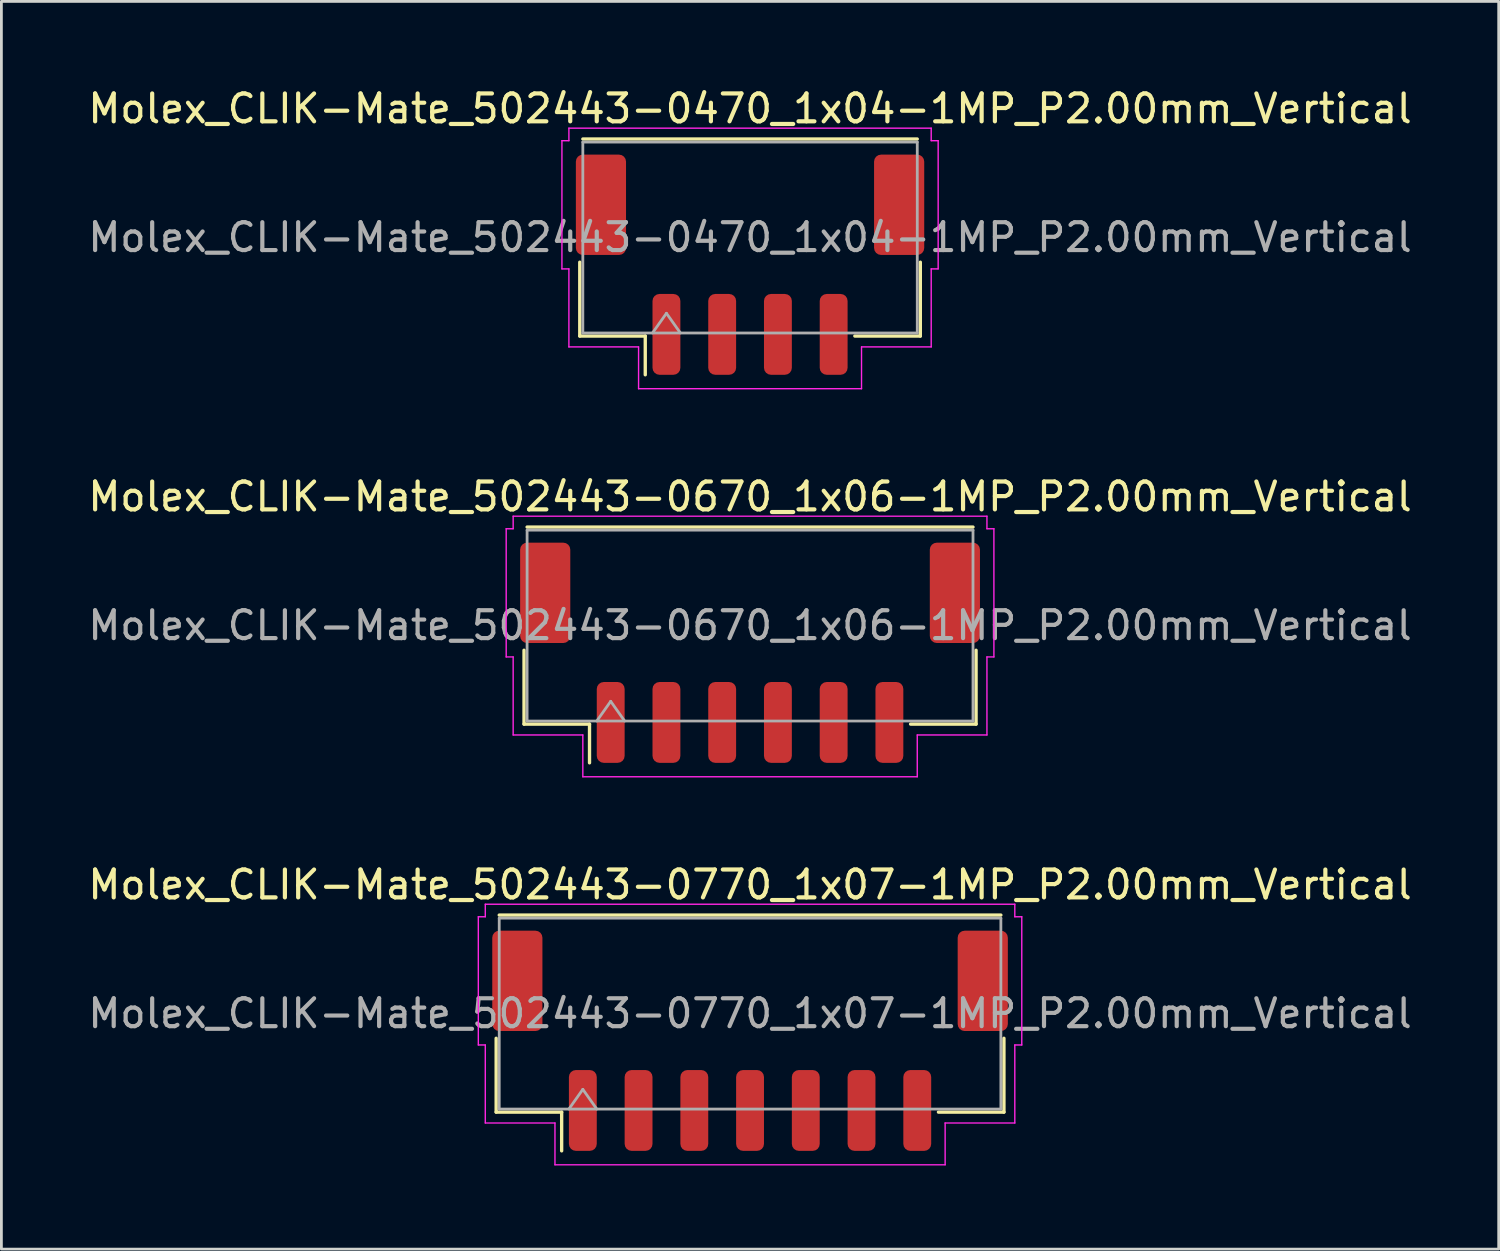
<source format=kicad_pcb>
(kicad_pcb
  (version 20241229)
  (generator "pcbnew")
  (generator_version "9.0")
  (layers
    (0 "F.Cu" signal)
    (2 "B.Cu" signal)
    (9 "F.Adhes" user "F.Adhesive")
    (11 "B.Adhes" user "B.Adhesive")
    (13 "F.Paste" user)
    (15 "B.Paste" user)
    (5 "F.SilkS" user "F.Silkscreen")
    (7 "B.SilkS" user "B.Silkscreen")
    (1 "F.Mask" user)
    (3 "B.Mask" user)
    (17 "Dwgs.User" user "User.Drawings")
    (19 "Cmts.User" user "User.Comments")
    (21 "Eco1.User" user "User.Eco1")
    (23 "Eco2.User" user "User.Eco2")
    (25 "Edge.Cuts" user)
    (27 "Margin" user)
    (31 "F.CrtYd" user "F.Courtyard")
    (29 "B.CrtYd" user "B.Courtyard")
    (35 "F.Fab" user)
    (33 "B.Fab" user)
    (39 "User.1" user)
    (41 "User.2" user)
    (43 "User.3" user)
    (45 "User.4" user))
  (footprint "Molex_CLIK-Mate_502443-0770_1x07-1MP_P2.00mm_Vertical"
    (layer "F.Cu")
    (at 23.863 34.295)
    (property "Reference" "Molex_CLIK-Mate_502443-0770_1x07-1MP_P2.00mm_Vertical" (at 0 -5.6 0) (layer "F.SilkS") (effects (font (size 1 1) (thickness 0.15))))
    (attr smd)
    (fp_line (start -9.11 -0.09) (end -9.11 2.56) (stroke (width 0.12) (type solid)) (layer "F.SilkS"))
    (fp_line (start -9.11 2.56) (end -6.76 2.56) (stroke (width 0.12) (type solid)) (layer "F.SilkS"))
    (fp_line (start -9 -4.51) (end 9 -4.51) (stroke (width 0.12) (type solid)) (layer "F.SilkS"))
    (fp_line (start -6.76 2.56) (end -6.76 3.95) (stroke (width 0.12) (type solid)) (layer "F.SilkS"))
    (fp_line (start 9.11 -0.09) (end 9.11 2.56) (stroke (width 0.12) (type solid)) (layer "F.SilkS"))
    (fp_line (start 9.11 2.56) (end 6.76 2.56) (stroke (width 0.12) (type solid)) (layer "F.SilkS"))
    (fp_line (start -9.75 -4.45) (end -9.5 -4.45) (stroke (width 0.05) (type solid)) (layer "F.CrtYd"))
    (fp_line (start -9.75 0.15) (end -9.75 -4.45) (stroke (width 0.05) (type solid)) (layer "F.CrtYd"))
    (fp_line (start -9.5 -4.9) (end 9.5 -4.9) (stroke (width 0.05) (type solid)) (layer "F.CrtYd"))
    (fp_line (start -9.5 -4.45) (end -9.5 -4.9) (stroke (width 0.05) (type solid)) (layer "F.CrtYd"))
    (fp_line (start -9.5 0.15) (end -9.75 0.15) (stroke (width 0.05) (type solid)) (layer "F.CrtYd"))
    (fp_line (start -9.5 2.95) (end -9.5 0.15) (stroke (width 0.05) (type solid)) (layer "F.CrtYd"))
    (fp_line (start -7 2.95) (end -9.5 2.95) (stroke (width 0.05) (type solid)) (layer "F.CrtYd"))
    (fp_line (start -7 4.45) (end -7 2.95) (stroke (width 0.05) (type solid)) (layer "F.CrtYd"))
    (fp_line (start 7 2.95) (end 7 4.45) (stroke (width 0.05) (type solid)) (layer "F.CrtYd"))
    (fp_line (start 7 4.45) (end -7 4.45) (stroke (width 0.05) (type solid)) (layer "F.CrtYd"))
    (fp_line (start 9.5 -4.9) (end 9.5 -4.45) (stroke (width 0.05) (type solid)) (layer "F.CrtYd"))
    (fp_line (start 9.5 -4.45) (end 9.75 -4.45) (stroke (width 0.05) (type solid)) (layer "F.CrtYd"))
    (fp_line (start 9.5 0.15) (end 9.5 2.95) (stroke (width 0.05) (type solid)) (layer "F.CrtYd"))
    (fp_line (start 9.5 2.95) (end 7 2.95) (stroke (width 0.05) (type solid)) (layer "F.CrtYd"))
    (fp_line (start 9.75 -4.45) (end 9.75 0.15) (stroke (width 0.05) (type solid)) (layer "F.CrtYd"))
    (fp_line (start 9.75 0.15) (end 9.5 0.15) (stroke (width 0.05) (type solid)) (layer "F.CrtYd"))
    (fp_line (start -9 -4.4) (end 9 -4.4) (stroke (width 0.1) (type solid)) (layer "F.Fab"))
    (fp_line (start -9 2.45) (end -9 -4.4) (stroke (width 0.1) (type solid)) (layer "F.Fab"))
    (fp_line (start -9 2.45) (end 9 2.45) (stroke (width 0.1) (type solid)) (layer "F.Fab"))
    (fp_line (start -6.5 2.45) (end -6 1.743) (stroke (width 0.1) (type solid)) (layer "F.Fab"))
    (fp_line (start -6 1.743) (end -5.5 2.45) (stroke (width 0.1) (type solid)) (layer "F.Fab"))
    (fp_line (start 9 2.45) (end 9 -4.4) (stroke (width 0.1) (type solid)) (layer "F.Fab"))
    (fp_text user "${REFERENCE}" (at 0 -0.98 0) (layer "F.Fab") (effects (font (size 1 1) (thickness 0.15))))
    (pad "1" smd roundrect (at -6 2.5) (size 1 2.9) (layers "F.Cu" "F.Mask" "F.Paste") (roundrect_rratio 0.25))
    (pad "2" smd roundrect (at -4 2.5) (size 1 2.9) (layers "F.Cu" "F.Mask" "F.Paste") (roundrect_rratio 0.25))
    (pad "3" smd roundrect (at -2 2.5) (size 1 2.9) (layers "F.Cu" "F.Mask" "F.Paste") (roundrect_rratio 0.25))
    (pad "4" smd roundrect (at 0 2.5) (size 1 2.9) (layers "F.Cu" "F.Mask" "F.Paste") (roundrect_rratio 0.25))
    (pad "5" smd roundrect (at 2 2.5) (size 1 2.9) (layers "F.Cu" "F.Mask" "F.Paste") (roundrect_rratio 0.25))
    (pad "6" smd roundrect (at 4 2.5) (size 1 2.9) (layers "F.Cu" "F.Mask" "F.Paste") (roundrect_rratio 0.25))
    (pad "7" smd roundrect (at 6 2.5) (size 1 2.9) (layers "F.Cu" "F.Mask" "F.Paste") (roundrect_rratio 0.25))
    (pad "MP" smd roundrect (at -8.35 -2.15) (size 1.8 3.6) (layers "F.Cu" "F.Mask" "F.Paste") (roundrect_rratio 0.139))
    (pad "MP" smd roundrect (at 8.35 -2.15) (size 1.8 3.6) (layers "F.Cu" "F.Mask" "F.Paste") (roundrect_rratio 0.139)))
  (footprint "Molex_CLIK-Mate_502443-0470_1x04-1MP_P2.00mm_Vertical"
    (layer "F.Cu")
    (at 23.863 6.448)
    (property "Reference" "Molex_CLIK-Mate_502443-0470_1x04-1MP_P2.00mm_Vertical" (at 0 -5.6 0) (layer "F.SilkS") (effects (font (size 1 1) (thickness 0.15))))
    (attr smd)
    (fp_line (start -6.11 -0.09) (end -6.11 2.56) (stroke (width 0.12) (type solid)) (layer "F.SilkS"))
    (fp_line (start -6.11 2.56) (end -3.76 2.56) (stroke (width 0.12) (type solid)) (layer "F.SilkS"))
    (fp_line (start -6 -4.51) (end 6 -4.51) (stroke (width 0.12) (type solid)) (layer "F.SilkS"))
    (fp_line (start -3.76 2.56) (end -3.76 3.95) (stroke (width 0.12) (type solid)) (layer "F.SilkS"))
    (fp_line (start 6.11 -0.09) (end 6.11 2.56) (stroke (width 0.12) (type solid)) (layer "F.SilkS"))
    (fp_line (start 6.11 2.56) (end 3.76 2.56) (stroke (width 0.12) (type solid)) (layer "F.SilkS"))
    (fp_line (start -6.75 -4.45) (end -6.5 -4.45) (stroke (width 0.05) (type solid)) (layer "F.CrtYd"))
    (fp_line (start -6.75 0.15) (end -6.75 -4.45) (stroke (width 0.05) (type solid)) (layer "F.CrtYd"))
    (fp_line (start -6.5 -4.9) (end 6.5 -4.9) (stroke (width 0.05) (type solid)) (layer "F.CrtYd"))
    (fp_line (start -6.5 -4.45) (end -6.5 -4.9) (stroke (width 0.05) (type solid)) (layer "F.CrtYd"))
    (fp_line (start -6.5 0.15) (end -6.75 0.15) (stroke (width 0.05) (type solid)) (layer "F.CrtYd"))
    (fp_line (start -6.5 2.95) (end -6.5 0.15) (stroke (width 0.05) (type solid)) (layer "F.CrtYd"))
    (fp_line (start -4 2.95) (end -6.5 2.95) (stroke (width 0.05) (type solid)) (layer "F.CrtYd"))
    (fp_line (start -4 4.45) (end -4 2.95) (stroke (width 0.05) (type solid)) (layer "F.CrtYd"))
    (fp_line (start 4 2.95) (end 4 4.45) (stroke (width 0.05) (type solid)) (layer "F.CrtYd"))
    (fp_line (start 4 4.45) (end -4 4.45) (stroke (width 0.05) (type solid)) (layer "F.CrtYd"))
    (fp_line (start 6.5 -4.9) (end 6.5 -4.45) (stroke (width 0.05) (type solid)) (layer "F.CrtYd"))
    (fp_line (start 6.5 -4.45) (end 6.75 -4.45) (stroke (width 0.05) (type solid)) (layer "F.CrtYd"))
    (fp_line (start 6.5 0.15) (end 6.5 2.95) (stroke (width 0.05) (type solid)) (layer "F.CrtYd"))
    (fp_line (start 6.5 2.95) (end 4 2.95) (stroke (width 0.05) (type solid)) (layer "F.CrtYd"))
    (fp_line (start 6.75 -4.45) (end 6.75 0.15) (stroke (width 0.05) (type solid)) (layer "F.CrtYd"))
    (fp_line (start 6.75 0.15) (end 6.5 0.15) (stroke (width 0.05) (type solid)) (layer "F.CrtYd"))
    (fp_line (start -6 -4.4) (end 6 -4.4) (stroke (width 0.1) (type solid)) (layer "F.Fab"))
    (fp_line (start -6 2.45) (end -6 -4.4) (stroke (width 0.1) (type solid)) (layer "F.Fab"))
    (fp_line (start -6 2.45) (end 6 2.45) (stroke (width 0.1) (type solid)) (layer "F.Fab"))
    (fp_line (start -3.5 2.45) (end -3 1.743) (stroke (width 0.1) (type solid)) (layer "F.Fab"))
    (fp_line (start -3 1.743) (end -2.5 2.45) (stroke (width 0.1) (type solid)) (layer "F.Fab"))
    (fp_line (start 6 2.45) (end 6 -4.4) (stroke (width 0.1) (type solid)) (layer "F.Fab"))
    (fp_text user "${REFERENCE}" (at 0 -0.98 0) (layer "F.Fab") (effects (font (size 1 1) (thickness 0.15))))
    (pad "1" smd roundrect (at -3 2.5) (size 1 2.9) (layers "F.Cu" "F.Mask" "F.Paste") (roundrect_rratio 0.25))
    (pad "2" smd roundrect (at -1 2.5) (size 1 2.9) (layers "F.Cu" "F.Mask" "F.Paste") (roundrect_rratio 0.25))
    (pad "3" smd roundrect (at 1 2.5) (size 1 2.9) (layers "F.Cu" "F.Mask" "F.Paste") (roundrect_rratio 0.25))
    (pad "4" smd roundrect (at 3 2.5) (size 1 2.9) (layers "F.Cu" "F.Mask" "F.Paste") (roundrect_rratio 0.25))
    (pad "MP" smd roundrect (at -5.35 -2.15) (size 1.8 3.6) (layers "F.Cu" "F.Mask" "F.Paste") (roundrect_rratio 0.139))
    (pad "MP" smd roundrect (at 5.35 -2.15) (size 1.8 3.6) (layers "F.Cu" "F.Mask" "F.Paste") (roundrect_rratio 0.139)))
  (footprint "Molex_CLIK-Mate_502443-0670_1x06-1MP_P2.00mm_Vertical"
    (layer "F.Cu")
    (at 23.863 20.372)
    (property "Reference" "Molex_CLIK-Mate_502443-0670_1x06-1MP_P2.00mm_Vertical" (at 0 -5.6 0) (layer "F.SilkS") (effects (font (size 1 1) (thickness 0.15))))
    (attr smd)
    (fp_line (start -8.11 -0.09) (end -8.11 2.56) (stroke (width 0.12) (type solid)) (layer "F.SilkS"))
    (fp_line (start -8.11 2.56) (end -5.76 2.56) (stroke (width 0.12) (type solid)) (layer "F.SilkS"))
    (fp_line (start -8 -4.51) (end 8 -4.51) (stroke (width 0.12) (type solid)) (layer "F.SilkS"))
    (fp_line (start -5.76 2.56) (end -5.76 3.95) (stroke (width 0.12) (type solid)) (layer "F.SilkS"))
    (fp_line (start 8.11 -0.09) (end 8.11 2.56) (stroke (width 0.12) (type solid)) (layer "F.SilkS"))
    (fp_line (start 8.11 2.56) (end 5.76 2.56) (stroke (width 0.12) (type solid)) (layer "F.SilkS"))
    (fp_line (start -8.75 -4.45) (end -8.5 -4.45) (stroke (width 0.05) (type solid)) (layer "F.CrtYd"))
    (fp_line (start -8.75 0.15) (end -8.75 -4.45) (stroke (width 0.05) (type solid)) (layer "F.CrtYd"))
    (fp_line (start -8.5 -4.9) (end 8.5 -4.9) (stroke (width 0.05) (type solid)) (layer "F.CrtYd"))
    (fp_line (start -8.5 -4.45) (end -8.5 -4.9) (stroke (width 0.05) (type solid)) (layer "F.CrtYd"))
    (fp_line (start -8.5 0.15) (end -8.75 0.15) (stroke (width 0.05) (type solid)) (layer "F.CrtYd"))
    (fp_line (start -8.5 2.95) (end -8.5 0.15) (stroke (width 0.05) (type solid)) (layer "F.CrtYd"))
    (fp_line (start -6 2.95) (end -8.5 2.95) (stroke (width 0.05) (type solid)) (layer "F.CrtYd"))
    (fp_line (start -6 4.45) (end -6 2.95) (stroke (width 0.05) (type solid)) (layer "F.CrtYd"))
    (fp_line (start 6 2.95) (end 6 4.45) (stroke (width 0.05) (type solid)) (layer "F.CrtYd"))
    (fp_line (start 6 4.45) (end -6 4.45) (stroke (width 0.05) (type solid)) (layer "F.CrtYd"))
    (fp_line (start 8.5 -4.9) (end 8.5 -4.45) (stroke (width 0.05) (type solid)) (layer "F.CrtYd"))
    (fp_line (start 8.5 -4.45) (end 8.75 -4.45) (stroke (width 0.05) (type solid)) (layer "F.CrtYd"))
    (fp_line (start 8.5 0.15) (end 8.5 2.95) (stroke (width 0.05) (type solid)) (layer "F.CrtYd"))
    (fp_line (start 8.5 2.95) (end 6 2.95) (stroke (width 0.05) (type solid)) (layer "F.CrtYd"))
    (fp_line (start 8.75 -4.45) (end 8.75 0.15) (stroke (width 0.05) (type solid)) (layer "F.CrtYd"))
    (fp_line (start 8.75 0.15) (end 8.5 0.15) (stroke (width 0.05) (type solid)) (layer "F.CrtYd"))
    (fp_line (start -8 -4.4) (end 8 -4.4) (stroke (width 0.1) (type solid)) (layer "F.Fab"))
    (fp_line (start -8 2.45) (end -8 -4.4) (stroke (width 0.1) (type solid)) (layer "F.Fab"))
    (fp_line (start -8 2.45) (end 8 2.45) (stroke (width 0.1) (type solid)) (layer "F.Fab"))
    (fp_line (start -5.5 2.45) (end -5 1.743) (stroke (width 0.1) (type solid)) (layer "F.Fab"))
    (fp_line (start -5 1.743) (end -4.5 2.45) (stroke (width 0.1) (type solid)) (layer "F.Fab"))
    (fp_line (start 8 2.45) (end 8 -4.4) (stroke (width 0.1) (type solid)) (layer "F.Fab"))
    (fp_text user "${REFERENCE}" (at 0 -0.98 0) (layer "F.Fab") (effects (font (size 1 1) (thickness 0.15))))
    (pad "1" smd roundrect (at -5 2.5) (size 1 2.9) (layers "F.Cu" "F.Mask" "F.Paste") (roundrect_rratio 0.25))
    (pad "2" smd roundrect (at -3 2.5) (size 1 2.9) (layers "F.Cu" "F.Mask" "F.Paste") (roundrect_rratio 0.25))
    (pad "3" smd roundrect (at -1 2.5) (size 1 2.9) (layers "F.Cu" "F.Mask" "F.Paste") (roundrect_rratio 0.25))
    (pad "4" smd roundrect (at 1 2.5) (size 1 2.9) (layers "F.Cu" "F.Mask" "F.Paste") (roundrect_rratio 0.25))
    (pad "5" smd roundrect (at 3 2.5) (size 1 2.9) (layers "F.Cu" "F.Mask" "F.Paste") (roundrect_rratio 0.25))
    (pad "6" smd roundrect (at 5 2.5) (size 1 2.9) (layers "F.Cu" "F.Mask" "F.Paste") (roundrect_rratio 0.25))
    (pad "MP" smd roundrect (at -7.35 -2.15) (size 1.8 3.6) (layers "F.Cu" "F.Mask" "F.Paste") (roundrect_rratio 0.139))
    (pad "MP" smd roundrect (at 7.35 -2.15) (size 1.8 3.6) (layers "F.Cu" "F.Mask" "F.Paste") (roundrect_rratio 0.139)))
  (gr_rect
    (start -3 -3)
    (end 50.726 41.77)
    (stroke (width 0.1) (type default))
    (fill no)
    (layer "Edge.Cuts")))
</source>
